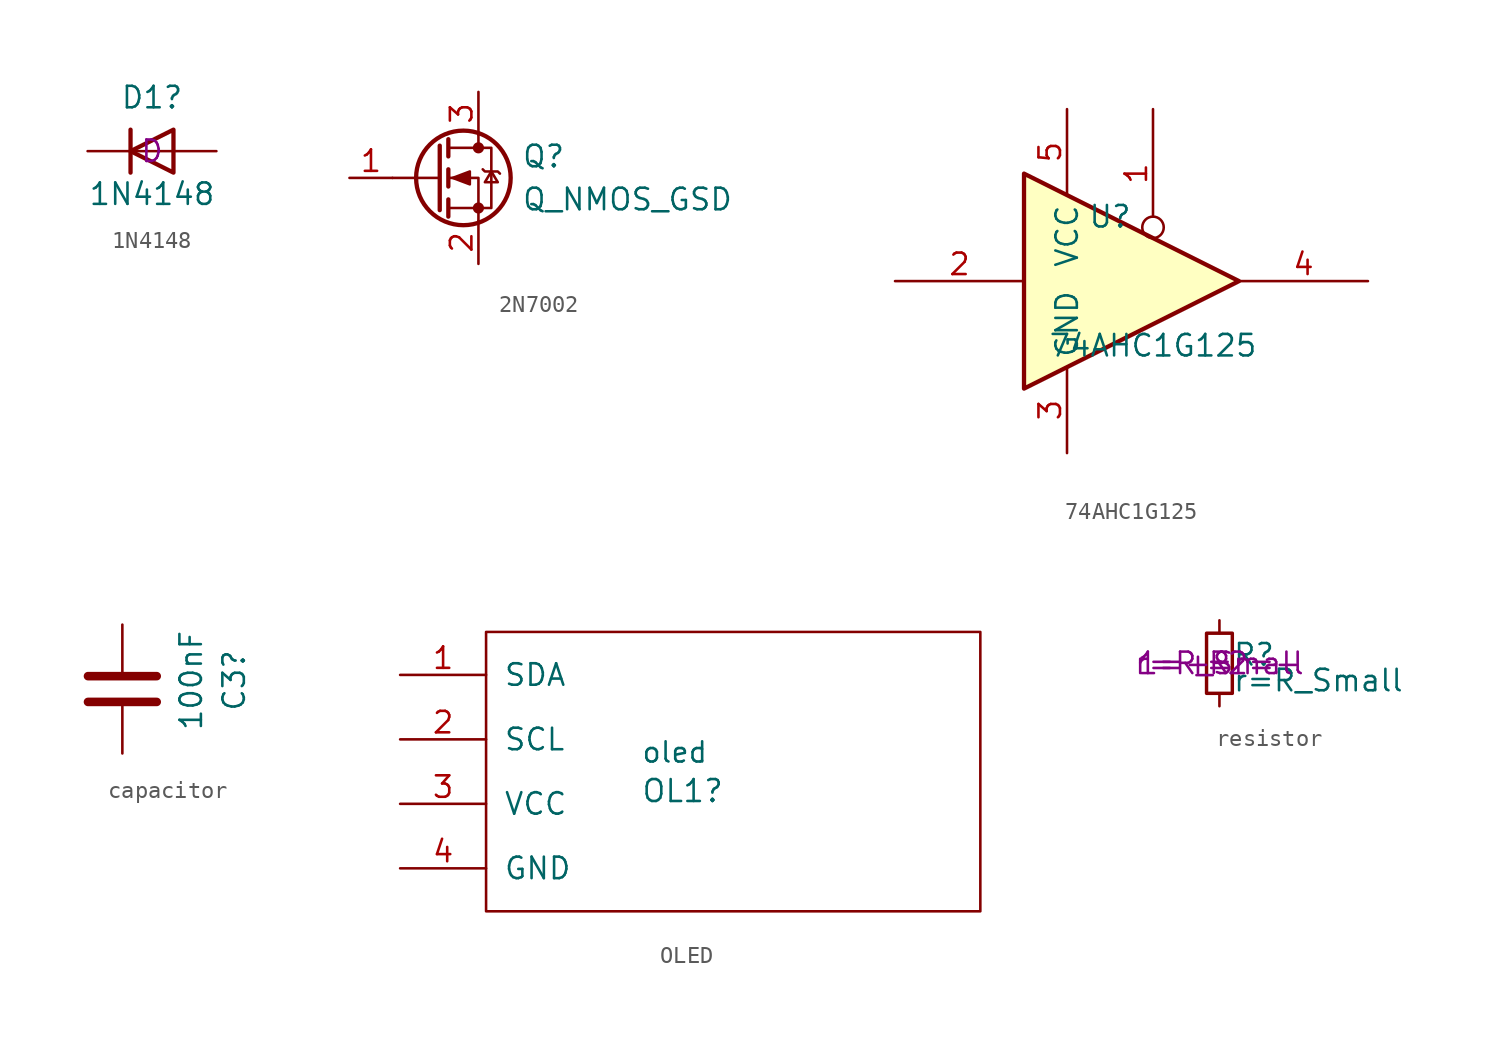
<source format=kicad_sym>
(kicad_symbol_lib
  (version 20220914)
  (generator kicad_symbol_editor)
  (symbol "1N4148"
    (pin_numbers hide)
    (pin_names
      (offset 1.016) hide)
    (property "Reference" "D1"
      (at 0 3.175 0)
      (effects (font (size 1.27 1.27))))
    (property "Value" "1N4148"
      (at 0 -2.54 0)
      (effects (font (size 1.27 1.27))))
    (property "Sim.Device" "D"
      (at 0 0 0)
      (effects (font (size 1.27 1.27))))
    (symbol "1N4148_0_1"
      (polyline (pts (xy -1.27 1.27) (xy -1.27 -1.27)) (stroke (width 0.254) (type default)) (fill (type none)))
      (polyline (pts (xy 1.27 0) (xy -1.27 0)) (stroke (width 0) (type default)) (fill (type none)))
      (polyline (pts (xy 1.27 1.27) (xy 1.27 -1.27) (xy -1.27 0) (xy 1.27 1.27)) (stroke (width 0.254) (type default)) (fill (type none))))
    (symbol "1N4148_1_1"
      (pin passive line (at -3.81 0 0) (length 2.54) (name "K" (effects (font (size 1.27 1.27)))) (number "1" (effects (font (size 1.27 1.27)))))
      (pin passive line (at 3.81 0 180) (length 2.54) (name "A" (effects (font (size 1.27 1.27)))) (number "2" (effects (font (size 1.27 1.27)))))))
  (symbol "2N7002"
    (pin_names
      (offset 0) hide)
    (property "Reference" "Q"
      (at 5.08 1.27 0)
      (effects (font (size 1.27 1.27)) (justify left)))
    (property "Value" "Q_NMOS_GSD"
      (at 5.08 -1.27 0)
      (effects (font (size 1.27 1.27)) (justify left)))
    (symbol "2N7002_0_1"
      (polyline (pts (xy 0.254 0) (xy -2.54 0)) (stroke (width 0) (type default)) (fill (type none)))
      (polyline (pts (xy 0.254 1.905) (xy 0.254 -1.905)) (stroke (width 0.254) (type default)) (fill (type none)))
      (polyline (pts (xy 0.762 -1.27) (xy 0.762 -2.286)) (stroke (width 0.254) (type default)) (fill (type none)))
      (polyline (pts (xy 0.762 0.508) (xy 0.762 -0.508)) (stroke (width 0.254) (type default)) (fill (type none)))
      (polyline (pts (xy 0.762 2.286) (xy 0.762 1.27)) (stroke (width 0.254) (type default)) (fill (type none)))
      (polyline (pts (xy 2.54 2.54) (xy 2.54 1.778)) (stroke (width 0) (type default)) (fill (type none)))
      (polyline (pts (xy 2.54 -2.54) (xy 2.54 0) (xy 0.762 0)) (stroke (width 0) (type default)) (fill (type none)))
      (polyline (pts (xy 0.762 -1.778) (xy 3.302 -1.778) (xy 3.302 1.778) (xy 0.762 1.778)) (stroke (width 0) (type default)) (fill (type none)))
      (polyline (pts (xy 1.016 0) (xy 2.032 0.381) (xy 2.032 -0.381) (xy 1.016 0)) (stroke (width 0) (type default)) (fill (type outline)))
      (polyline (pts (xy 2.794 0.508) (xy 2.921 0.381) (xy 3.683 0.381) (xy 3.81 0.254)) (stroke (width 0) (type default)) (fill (type none)))
      (polyline (pts (xy 3.302 0.381) (xy 2.921 -0.254) (xy 3.683 -0.254) (xy 3.302 0.381)) (stroke (width 0) (type default)) (fill (type none)))
      (circle (center 1.651 0) (radius 2.794) (stroke (width 0.254) (type default)) (fill (type none)))
      (circle (center 2.54 -1.778) (radius 0.254) (stroke (width 0) (type default)) (fill (type outline)))
      (circle (center 2.54 1.778) (radius 0.254) (stroke (width 0) (type default)) (fill (type outline))))
    (symbol "2N7002_1_1"
      (pin input line (at -5.08 0 0) (length 2.54) (name "G" (effects (font (size 1.27 1.27)))) (number "1" (effects (font (size 1.27 1.27)))))
      (pin passive line (at 2.54 -5.08 90) (length 2.54) (name "S" (effects (font (size 1.27 1.27)))) (number "2" (effects (font (size 1.27 1.27)))))
      (pin passive line (at 2.54 5.08 270) (length 2.54) (name "D" (effects (font (size 1.27 1.27)))) (number "3" (effects (font (size 1.27 1.27)))))))
  (symbol "74AHC1G125"
    (property "Reference" "U"
      (at -2.54 3.81 0)
      (effects (font (size 1.27 1.27))))
    (property "Value" "74AHC1G125"
      (at 0 -3.81 0)
      (effects (font (size 1.27 1.27))))
    (symbol "74AHC1G125_0_1"
      (polyline (pts (xy -7.62 6.35) (xy -7.62 -6.35) (xy 5.08 0) (xy -7.62 6.35)) (stroke (width 0.254) (type default)) (fill (type background))))
    (symbol "74AHC1G125_1_1"
      (pin input inverted (at 0 10.16 270) (length 7.62) (name "~" (effects (font (size 1.27 1.27)))) (number "1" (effects (font (size 1.27 1.27)))))
      (pin input line (at -15.24 0 0) (length 7.62) (name "~" (effects (font (size 1.27 1.27)))) (number "2" (effects (font (size 1.27 1.27)))))
      (pin power_in line (at -5.08 -10.16 90) (length 5.08) (name "GND" (effects (font (size 1.27 1.27)))) (number "3" (effects (font (size 1.27 1.27)))))
      (pin tri_state line (at 12.7 0 180) (length 7.62) (name "~" (effects (font (size 1.27 1.27)))) (number "4" (effects (font (size 1.27 1.27)))))
      (pin power_in line (at -5.08 10.16 270) (length 5.08) (name "VCC" (effects (font (size 1.27 1.27)))) (number "5" (effects (font (size 1.27 1.27)))))))
  (symbol "capacitor"
    (pin_numbers hide)
    (pin_names
      (offset 0.254))
    (property "Reference" "C3"
      (at 6.604 0.508 90)
      (effects (font (size 1.27 1.27))))
    (property "Value" "100nF"
      (at 4.064 0.508 90)
      (effects (font (size 1.27 1.27))))
    (symbol "capacitor_0_1"
      (polyline (pts (xy -2.032 -0.762) (xy 2.032 -0.762)) (stroke (width 0.508) (type default)) (fill (type none)))
      (polyline (pts (xy -2.032 0.762) (xy 2.032 0.762)) (stroke (width 0.508) (type default)) (fill (type none))))
    (symbol "capacitor_1_1"
      (pin passive line (at 0 3.81 270) (length 2.794) (name "~" (effects (font (size 1.27 1.27)))) (number "1" (effects (font (size 1.27 1.27)))))
      (pin passive line (at 0 -3.81 90) (length 2.794) (name "~" (effects (font (size 1.27 1.27)))) (number "2" (effects (font (size 1.27 1.27)))))))
  (symbol "OLED"
    (pin_names
      (offset 1.016))
    (property "Reference" "OL1"
      (at -4.826 -0.508 0)
      (effects (font (size 1.295 1.295)) (justify left)))
    (property "Value" "oled"
      (at -4.826 1.778 0)
      (effects (font (size 1.194 1.194)) (justify left)))
    (symbol "OLED_0_1"
      (rectangle (start -13.97 8.89) (end 15.24 -7.62) (stroke (width 0) (type default)) (fill (type none))))
    (symbol "OLED_1_1"
      (pin bidirectional line (at -19.05 6.35 0) (length 5.08) (name "SDA" (effects (font (size 1.27 1.27)))) (number "1" (effects (font (size 1.27 1.27)))))
      (pin bidirectional line (at -19.05 2.54 0) (length 5.08) (name "SCL" (effects (font (size 1.27 1.27)))) (number "2" (effects (font (size 1.27 1.27)))))
      (pin power_in line (at -19.05 -1.27 0) (length 5.08) (name "VCC" (effects (font (size 1.27 1.27)))) (number "3" (effects (font (size 1.27 1.27)))))
      (pin power_in line (at -19.05 -5.08 0) (length 5.08) (name "GND" (effects (font (size 1.27 1.27)))) (number "4" (effects (font (size 1.27 1.27)))))))
  (symbol "resistor"
    (pin_numbers hide)
    (pin_names
      (offset 0.254) hide)
    (property "Reference" "R"
      (at 0.762 0.508 0)
      (effects (font (size 1.27 1.27)) (justify left)))
    (property "Value" "${SIM.PARAMS}"
      (at 0.762 -1.016 0)
      (effects (font (size 1.27 1.27)) (justify left)))
    (property "Sim.Device" "R"
      (at 0 0 0)
      (effects (font (size 1.27 1.27))))
    (property "Sim.Type" "="
      (at 0 0 0)
      (effects (font (size 1.27 1.27))))
    (property "Sim.Params" "r=R_Small"
      (at 0 0 0)
      (effects (font (size 1.27 1.27))))
    (property "Sim.Pins" "1=+ 2=-"
      (at 0 0 0)
      (effects (font (size 1.27 1.27))))
    (symbol "resistor_0_1"
      (rectangle (start -0.762 1.778) (end 0.762 -1.778) (stroke (width 0.203) (type default)) (fill (type none))))
    (symbol "resistor_1_1"
      (pin passive line (at 0 2.54 270) (length 0.762) (name "~" (effects (font (size 1.27 1.27)))) (number "1" (effects (font (size 1.27 1.27)))))
      (pin passive line (at 0 -2.54 90) (length 0.762) (name "~" (effects (font (size 1.27 1.27)))) (number "2" (effects (font (size 1.27 1.27))))))))
</source>
